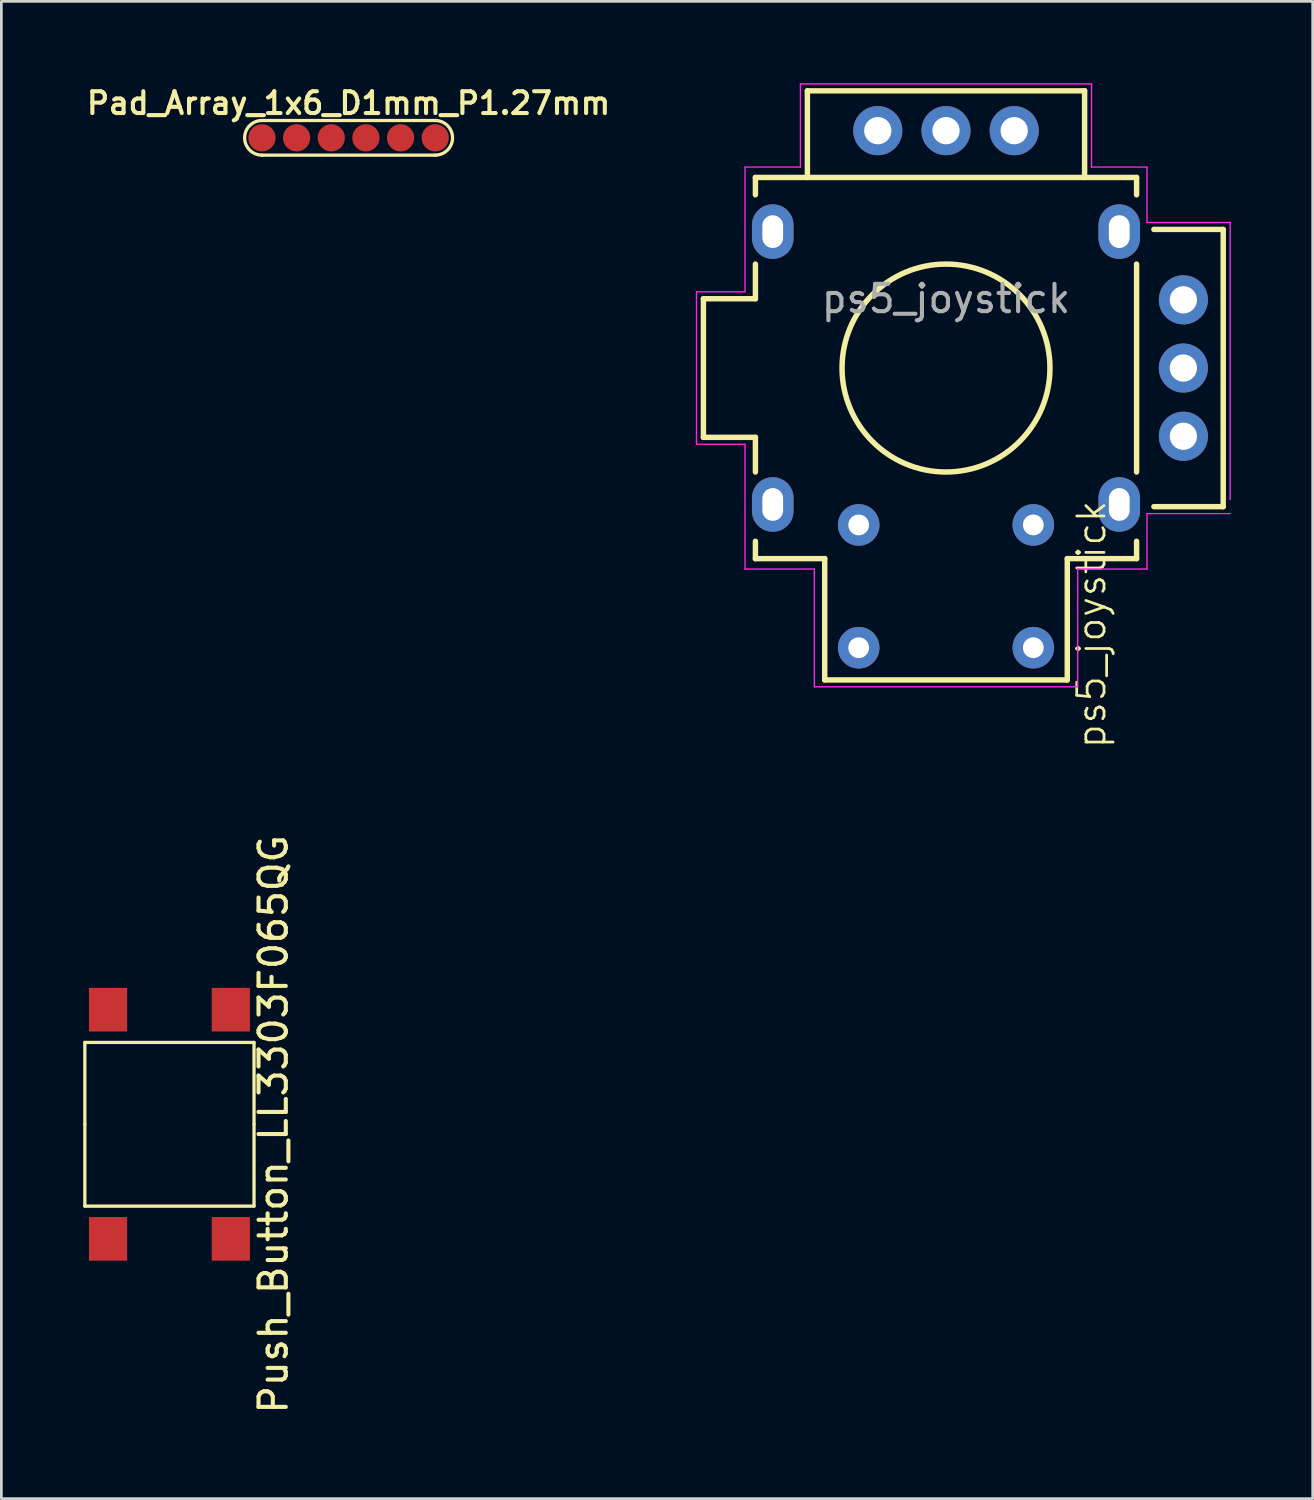
<source format=kicad_pcb>
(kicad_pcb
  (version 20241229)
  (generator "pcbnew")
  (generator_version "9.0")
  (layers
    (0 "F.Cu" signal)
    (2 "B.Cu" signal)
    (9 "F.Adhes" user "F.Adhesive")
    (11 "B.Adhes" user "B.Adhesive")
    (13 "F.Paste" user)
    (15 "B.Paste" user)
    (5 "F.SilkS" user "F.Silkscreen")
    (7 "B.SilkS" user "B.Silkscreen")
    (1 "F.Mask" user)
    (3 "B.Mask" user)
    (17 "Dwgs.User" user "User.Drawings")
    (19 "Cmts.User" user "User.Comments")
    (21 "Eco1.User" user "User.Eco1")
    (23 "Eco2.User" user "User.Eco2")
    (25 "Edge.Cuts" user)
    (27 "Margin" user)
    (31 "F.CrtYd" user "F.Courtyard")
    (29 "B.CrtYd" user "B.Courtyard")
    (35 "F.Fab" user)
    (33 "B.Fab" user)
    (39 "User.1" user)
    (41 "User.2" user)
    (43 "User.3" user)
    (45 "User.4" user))
  (footprint "ps5_joystick"
    (layer "F.Cu")
    (at 31.621 10.439)
    (property "Reference" "ps5_joystick" (at 5.334 9.398 90) (unlocked yes) (layer "F.SilkS") (effects (font (size 1 1) (thickness 0.1))))
    (attr through_hole)
    (fp_line (start -8.89 -2.54) (end -6.985 -2.54) (stroke (width 0.2) (type default)) (layer "F.SilkS"))
    (fp_line (start -8.89 2.54) (end -8.89 -2.54) (stroke (width 0.2) (type default)) (layer "F.SilkS"))
    (fp_line (start -8.89 2.54) (end -6.985 2.54) (stroke (width 0.2) (type default)) (layer "F.SilkS"))
    (fp_line (start -6.985 -6.985) (end -6.985 -6.35) (stroke (width 0.2) (type default)) (layer "F.SilkS"))
    (fp_line (start -6.985 -6.985) (end 6.985 -6.985) (stroke (width 0.2) (type default)) (layer "F.SilkS"))
    (fp_line (start -6.985 -2.54) (end -6.985 -3.81) (stroke (width 0.2) (type default)) (layer "F.SilkS"))
    (fp_line (start -6.985 2.54) (end -6.985 3.81) (stroke (width 0.2) (type default)) (layer "F.SilkS"))
    (fp_line (start -6.985 6.35) (end -6.985 6.985) (stroke (width 0.2) (type default)) (layer "F.SilkS"))
    (fp_line (start -5.08 -10.16) (end -5.08 -6.985) (stroke (width 0.2) (type default)) (layer "F.SilkS"))
    (fp_line (start -4.445 6.985) (end -6.985 6.985) (stroke (width 0.2) (type default)) (layer "F.SilkS"))
    (fp_line (start -4.445 11.43) (end -4.445 6.985) (stroke (width 0.2) (type default)) (layer "F.SilkS"))
    (fp_line (start 4.445 6.985) (end 4.445 11.43) (stroke (width 0.2) (type default)) (layer "F.SilkS"))
    (fp_line (start 4.445 11.43) (end -4.445 11.43) (stroke (width 0.2) (type default)) (layer "F.SilkS"))
    (fp_line (start 5.08 -10.16) (end -5.08 -10.16) (stroke (width 0.2) (type default)) (layer "F.SilkS"))
    (fp_line (start 5.08 -10.16) (end 5.08 -6.985) (stroke (width 0.2) (type default)) (layer "F.SilkS"))
    (fp_line (start 6.985 -6.985) (end 6.985 -6.35) (stroke (width 0.2) (type default)) (layer "F.SilkS"))
    (fp_line (start 6.985 -3.81) (end 6.985 3.81) (stroke (width 0.2) (type default)) (layer "F.SilkS"))
    (fp_line (start 6.985 6.35) (end 6.985 6.985) (stroke (width 0.2) (type default)) (layer "F.SilkS"))
    (fp_line (start 6.985 6.985) (end 4.445 6.985) (stroke (width 0.2) (type default)) (layer "F.SilkS"))
    (fp_line (start 7.62 -5.08) (end 10.16 -5.08) (stroke (width 0.2) (type default)) (layer "F.SilkS"))
    (fp_line (start 10.16 -5.08) (end 10.16 5.08) (stroke (width 0.2) (type default)) (layer "F.SilkS"))
    (fp_line (start 10.16 5.08) (end 7.62 5.08) (stroke (width 0.2) (type default)) (layer "F.SilkS"))
    (fp_circle (center 0 0) (end 3.81 0) (stroke (width 0.2) (type default)) (fill no) (layer "F.SilkS"))
    (fp_line (start -9.144 -2.794) (end -7.366 -2.794) (stroke (width 0.05) (type default)) (layer "F.CrtYd"))
    (fp_line (start -9.144 2.794) (end -9.144 -2.794) (stroke (width 0.05) (type default)) (layer "F.CrtYd"))
    (fp_line (start -7.366 -7.366) (end -5.334 -7.366) (stroke (width 0.05) (type default)) (layer "F.CrtYd"))
    (fp_line (start -7.366 -2.794) (end -7.366 -7.366) (stroke (width 0.05) (type default)) (layer "F.CrtYd"))
    (fp_line (start -7.366 2.794) (end -9.144 2.794) (stroke (width 0.05) (type default)) (layer "F.CrtYd"))
    (fp_line (start -7.366 7.366) (end -7.366 2.794) (stroke (width 0.05) (type default)) (layer "F.CrtYd"))
    (fp_line (start -5.334 -10.414) (end 5.334 -10.414) (stroke (width 0.05) (type default)) (layer "F.CrtYd"))
    (fp_line (start -5.334 -7.366) (end -5.334 -10.414) (stroke (width 0.05) (type default)) (layer "F.CrtYd"))
    (fp_line (start -4.826 7.366) (end -7.366 7.366) (stroke (width 0.05) (type default)) (layer "F.CrtYd"))
    (fp_line (start -4.826 11.684) (end -4.826 7.366) (stroke (width 0.05) (type default)) (layer "F.CrtYd"))
    (fp_line (start 4.826 7.366) (end 4.826 11.684) (stroke (width 0.05) (type default)) (layer "F.CrtYd"))
    (fp_line (start 4.826 11.684) (end -4.826 11.684) (stroke (width 0.05) (type default)) (layer "F.CrtYd"))
    (fp_line (start 5.334 -10.414) (end 5.334 -7.366) (stroke (width 0.05) (type default)) (layer "F.CrtYd"))
    (fp_line (start 5.334 -7.366) (end 7.366 -7.366) (stroke (width 0.05) (type default)) (layer "F.CrtYd"))
    (fp_line (start 7.366 -7.366) (end 7.366 -5.334) (stroke (width 0.05) (type default)) (layer "F.CrtYd"))
    (fp_line (start 7.366 -5.334) (end 10.414 -5.334) (stroke (width 0.05) (type default)) (layer "F.CrtYd"))
    (fp_line (start 7.366 5.334) (end 7.366 7.366) (stroke (width 0.05) (type default)) (layer "F.CrtYd"))
    (fp_line (start 7.366 7.366) (end 4.826 7.366) (stroke (width 0.05) (type default)) (layer "F.CrtYd"))
    (fp_line (start 10.414 -5.334) (end 10.414 4.826) (stroke (width 0.05) (type default)) (layer "F.CrtYd"))
    (fp_line (start 10.414 5.334) (end 7.366 5.334) (stroke (width 0.05) (type default)) (layer "F.CrtYd"))
    (fp_line (start -6.35 -4) (end -6.35 -5) (stroke (width 0.2) (type default)) (layer "User.2"))
    (fp_line (start -6.35 6) (end -6.35 5) (stroke (width 0.2) (type default)) (layer "User.2"))
    (fp_line (start -3.2 7.75) (end -3.2 5.75) (stroke (width 0.2) (type default)) (layer "User.2"))
    (fp_line (start -3.2 11.25) (end -3.2 10.25) (stroke (width 0.2) (type default)) (layer "User.2"))
    (fp_line (start -2.5 -7.7) (end -2.5 -8.7) (stroke (width 0.2) (type default)) (layer "User.2"))
    (fp_line (start 0 -7.7) (end 0 -8.7) (stroke (width 0.2) (type default)) (layer "User.2"))
    (fp_line (start 2.5 -8.7) (end 2.7 -8.85) (stroke (width 0.2) (type default)) (layer "User.2"))
    (fp_line (start 2.5 -7.7) (end 2.5 -8.7) (stroke (width 0.2) (type default)) (layer "User.2"))
    (fp_line (start 3.2 6.75) (end 3.2 5.75) (stroke (width 0.2) (type default)) (layer "User.2"))
    (fp_line (start 3.2 11.25) (end 3.2 10.25) (stroke (width 0.2) (type default)) (layer "User.2"))
    (fp_line (start 6.35 -4) (end 6.35 -5) (stroke (width 0.2) (type default)) (layer "User.2"))
    (fp_line (start 6.35 6) (end 6.35 5) (stroke (width 0.2) (type default)) (layer "User.2"))
    (fp_line (start 8.7 -1.5) (end 8.7 -2.5) (stroke (width 0.2) (type default)) (layer "User.2"))
    (fp_line (start 8.7 1) (end 8.7 0) (stroke (width 0.2) (type default)) (layer "User.2"))
    (fp_line (start 8.7 3.5) (end 8.7 2.5) (stroke (width 0.2) (type default)) (layer "User.2"))
    (fp_text user "${REFERENCE}" (at 0 -2.54 0) (unlocked yes) (layer "F.Fab") (effects (font (size 1 1) (thickness 0.15))))
    (pad "1" thru_hole circle (at -3.2 5.75) (size 1.524 1.524) (drill 0.762) (layers "*.Cu" "*.Mask"))
    (pad "1" thru_hole circle (at 3.2 5.75) (size 1.524 1.524) (drill 0.762) (layers "*.Cu" "*.Mask"))
    (pad "2" thru_hole circle (at -3.2 10.25) (size 1.524 1.524) (drill 0.762) (layers "*.Cu" "*.Mask"))
    (pad "2" thru_hole circle (at 3.2 10.25) (size 1.524 1.524) (drill 0.762) (layers "*.Cu" "*.Mask"))
    (pad "3" thru_hole circle (at 8.7 2.5) (size 1.8 1.8) (drill 1) (layers "*.Cu" "*.Mask"))
    (pad "4" thru_hole circle (at 8.7 0) (size 1.8 1.8) (drill 1) (layers "*.Cu" "*.Mask"))
    (pad "5" thru_hole circle (at 8.7 -2.5) (size 1.8 1.8) (drill 1) (layers "*.Cu" "*.Mask"))
    (pad "6" thru_hole circle (at 2.5 -8.7) (size 1.8 1.8) (drill 1) (layers "*.Cu" "*.Mask"))
    (pad "7" thru_hole circle (at 0 -8.7) (size 1.8 1.8) (drill 1) (layers "*.Cu" "*.Mask"))
    (pad "8" thru_hole circle (at -2.5 -8.7) (size 1.8 1.8) (drill 1) (layers "*.Cu" "*.Mask"))
    (pad "9" thru_hole oval (at -6.35 -5) (size 1.524 2) (drill oval 0.762 1.2) (layers "*.Cu" "*.Mask"))
    (pad "9" thru_hole oval (at -6.35 5) (size 1.524 2) (drill oval 0.762 1.2) (layers "*.Cu" "*.Mask"))
    (pad "9" thru_hole oval (at 6.35 -5) (size 1.524 2) (drill oval 0.762 1.2) (layers "*.Cu" "*.Mask"))
    (pad "9" thru_hole oval (at 6.35 5) (size 1.524 2) (drill oval 0.762 1.2) (layers "*.Cu" "*.Mask")))
  (footprint "Push_Button_LL3303F065QG"
    (layer "F.Cu")
    (at 3.16 38.155)
    (property "Reference" "Push_Button_LL3303F065QG" (at 3.81 0 270) (layer "F.SilkS") (effects (font (size 1 1) (thickness 0.15))))
    (attr through_hole)
    (fp_line (start -3.1 -3) (end 3.1 -3) (stroke (width 0.12) (type solid)) (layer "F.SilkS"))
    (fp_line (start -3.1 0) (end -3.1 -3) (stroke (width 0.12) (type solid)) (layer "F.SilkS"))
    (fp_line (start -3.1 0) (end -3.1 3) (stroke (width 0.12) (type solid)) (layer "F.SilkS"))
    (fp_line (start 3.1 0) (end 3.1 -3) (stroke (width 0.12) (type solid)) (layer "F.SilkS"))
    (fp_line (start 3.1 0) (end 3.1 3) (stroke (width 0.12) (type solid)) (layer "F.SilkS"))
    (fp_line (start 3.1 3) (end -3.1 3) (stroke (width 0.12) (type solid)) (layer "F.SilkS"))
    (pad "1" smd rect (at 2.25 -4.2) (size 1.4 1.6) (layers "F.Cu" "F.Mask" "F.Paste"))
    (pad "1" smd rect (at 2.25 4.2) (size 1.4 1.6) (layers "F.Cu" "F.Mask" "F.Paste"))
    (pad "2" smd rect (at -2.25 -4.2) (size 1.4 1.6) (layers "F.Cu" "F.Mask" "F.Paste"))
    (pad "2" smd rect (at -2.25 4.2) (size 1.4 1.6) (layers "F.Cu" "F.Mask" "F.Paste")))
  (footprint "Pad_Array_1x6_D1mm_P1.27mm"
    (layer "F.Cu")
    (at 9.726 2.001)
    (property "Reference" "Pad_Array_1x6_D1mm_P1.27mm" (at 0 -1.27 0) (unlocked yes) (layer "F.SilkS") (effects (font (size 0.8 0.8) (thickness 0.15))))
    (attr exclude_from_pos_files exclude_from_bom)
    (fp_line (start -3.175 -0.635) (end 3.175 -0.635) (stroke (width 0.12) (type solid)) (layer "F.SilkS"))
    (fp_line (start -3.175 0.635) (end 3.175 0.635) (stroke (width 0.12) (type solid)) (layer "F.SilkS"))
    (fp_arc (start -3.175 0.635) (mid -3.81 0) (end -3.175 -0.635) (stroke (width 0.12) (type solid)) (layer "F.SilkS"))
    (fp_arc (start 3.175 -0.635) (mid 3.81 0) (end 3.175 0.635) (stroke (width 0.12) (type solid)) (layer "F.SilkS"))
    (pad "1" smd circle (at -3.175 0) (size 1 1) (property pad_prop_testpoint) (layers "F.Cu" "F.Mask"))
    (pad "2" smd circle (at -1.905 0) (size 1 1) (property pad_prop_testpoint) (layers "F.Cu" "F.Mask"))
    (pad "3" smd circle (at -0.635 0) (size 1 1) (property pad_prop_testpoint) (layers "F.Cu" "F.Mask"))
    (pad "4" smd circle (at 0.635 0) (size 1 1) (property pad_prop_testpoint) (layers "F.Cu" "F.Mask"))
    (pad "5" smd circle (at 1.905 0) (size 1 1) (property pad_prop_testpoint) (layers "F.Cu" "F.Mask"))
    (pad "6" smd circle (at 3.175 0) (size 1 1) (property pad_prop_testpoint) (layers "F.Cu" "F.Mask")))
  (gr_rect
    (start -3 -3)
    (end 45.06 51.875)
    (stroke (width 0.1) (type default))
    (fill no)
    (layer "Edge.Cuts")))
</source>
